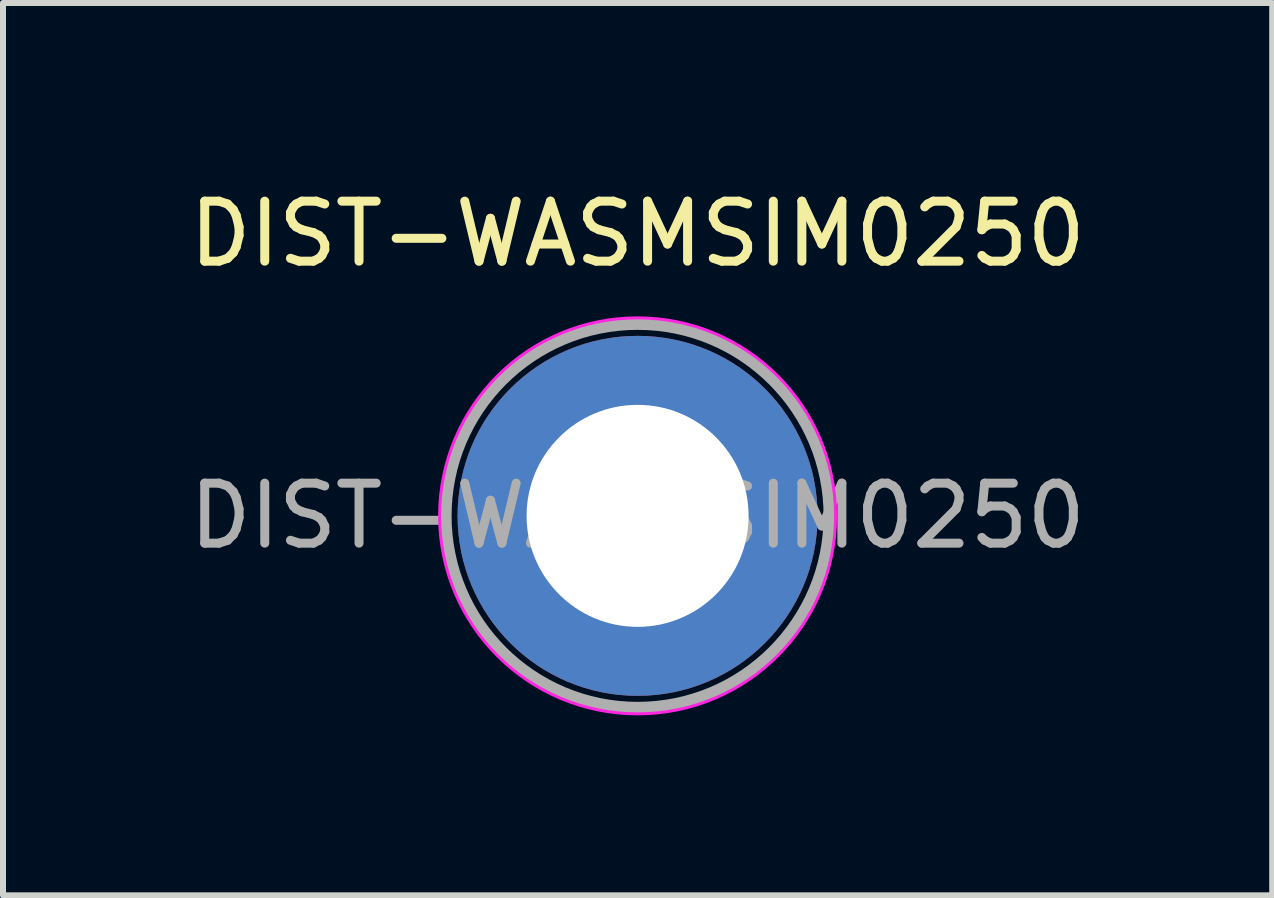
<source format=kicad_pcb>
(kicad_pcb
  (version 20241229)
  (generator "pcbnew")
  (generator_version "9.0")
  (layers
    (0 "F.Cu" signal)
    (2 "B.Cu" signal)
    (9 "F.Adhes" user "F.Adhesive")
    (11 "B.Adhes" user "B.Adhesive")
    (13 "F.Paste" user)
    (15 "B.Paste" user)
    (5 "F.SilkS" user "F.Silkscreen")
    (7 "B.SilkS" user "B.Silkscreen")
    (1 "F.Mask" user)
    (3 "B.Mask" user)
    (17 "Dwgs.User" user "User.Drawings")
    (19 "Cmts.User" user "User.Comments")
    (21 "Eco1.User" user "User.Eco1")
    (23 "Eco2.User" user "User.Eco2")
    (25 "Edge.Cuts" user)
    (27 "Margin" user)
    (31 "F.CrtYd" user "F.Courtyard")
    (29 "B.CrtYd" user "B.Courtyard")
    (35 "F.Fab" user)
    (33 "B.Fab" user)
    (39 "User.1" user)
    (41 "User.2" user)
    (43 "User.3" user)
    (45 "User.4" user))
  (footprint "DIST-WASMSIM0250"
    (layer "F.Cu")
    (at 7.577 5.548)
    (property "Reference" "DIST-WASMSIM0250" (at 0 -4.7 0) (layer "F.SilkS") (effects (font (size 1 1) (thickness 0.15))))
    (attr exclude_from_pos_files exclude_from_bom)
    (fp_poly (pts (xy -2.96 -0.14) (xy -1.91 -0.13) (xy -1.86 -0.44) (xy -1.78 -0.71) (xy -1.62 -1) (xy -1.5 -1.18) (xy -1.36 -1.33) (xy -1.16 -1.5) (xy -0.87 -1.69) (xy -0.61 -1.79) (xy -0.28 -1.86) (xy -0.29 -2.92) (xy -0.58 -2.88) (xy -0.9 -2.81) (xy -1.26 -2.67) (xy -1.56 -2.51) (xy -1.81 -2.34) (xy -2.01 -2.17) (xy -2.23 -1.94) (xy -2.39 -1.75) (xy -2.55 -1.51) (xy -2.68 -1.26) (xy -2.79 -0.99) (xy -2.87 -0.78) (xy -2.93 -0.47) (xy -2.95 -0.28)) (stroke (width 0.05) (type solid)) (fill yes) (layer "F.Paste"))
    (fp_poly (pts (xy -0.17 2.94) (xy -0.16 1.89) (xy -0.47 1.84) (xy -0.74 1.76) (xy -1.03 1.6) (xy -1.21 1.48) (xy -1.36 1.34) (xy -1.53 1.14) (xy -1.72 0.85) (xy -1.82 0.59) (xy -1.89 0.26) (xy -2.95 0.27) (xy -2.91 0.56) (xy -2.84 0.88) (xy -2.7 1.24) (xy -2.54 1.54) (xy -2.37 1.79) (xy -2.2 1.99) (xy -1.97 2.21) (xy -1.78 2.37) (xy -1.54 2.53) (xy -1.29 2.66) (xy -1.02 2.77) (xy -0.81 2.85) (xy -0.5 2.91) (xy -0.31 2.93)) (stroke (width 0.05) (type solid)) (fill yes) (layer "F.Paste"))
    (fp_poly (pts (xy 0.16 -2.95) (xy 0.15 -1.9) (xy 0.46 -1.85) (xy 0.73 -1.77) (xy 1.02 -1.61) (xy 1.2 -1.49) (xy 1.35 -1.35) (xy 1.52 -1.15) (xy 1.71 -0.86) (xy 1.81 -0.6) (xy 1.88 -0.27) (xy 2.94 -0.28) (xy 2.9 -0.57) (xy 2.83 -0.89) (xy 2.69 -1.25) (xy 2.53 -1.55) (xy 2.36 -1.8) (xy 2.19 -2) (xy 1.96 -2.22) (xy 1.77 -2.38) (xy 1.53 -2.54) (xy 1.28 -2.67) (xy 1.01 -2.78) (xy 0.8 -2.86) (xy 0.49 -2.92) (xy 0.3 -2.94)) (stroke (width 0.05) (type solid)) (fill yes) (layer "F.Paste"))
    (fp_poly (pts (xy 2.94 0.15) (xy 1.89 0.14) (xy 1.84 0.45) (xy 1.76 0.72) (xy 1.6 1.01) (xy 1.48 1.19) (xy 1.34 1.34) (xy 1.14 1.51) (xy 0.85 1.7) (xy 0.59 1.8) (xy 0.26 1.87) (xy 0.27 2.93) (xy 0.56 2.89) (xy 0.88 2.82) (xy 1.24 2.68) (xy 1.54 2.52) (xy 1.79 2.35) (xy 1.99 2.18) (xy 2.21 1.95) (xy 2.37 1.76) (xy 2.53 1.52) (xy 2.66 1.27) (xy 2.77 1) (xy 2.85 0.79) (xy 2.91 0.48) (xy 2.93 0.29)) (stroke (width 0.05) (type solid)) (fill yes) (layer "F.Paste"))
    (fp_circle (center 0 0) (end 3.3 0) (stroke (width 0.05) (type solid)) (fill no) (layer "F.CrtYd"))
    (fp_circle (center 0 0) (end 3.2 0) (stroke (width 0.2) (type default)) (fill no) (layer "F.Fab"))
    (fp_text user "${REFERENCE}" (at 0 0 0) (layer "F.Fab") (effects (font (size 1 1) (thickness 0.15))))
    (pad "1" thru_hole circle (at 0 0) (size 6 6) (drill 3.7) (layers "*.Cu" "*.Mask")))
  (gr_rect
    (start -3 -3)
    (end 18.155 11.873)
    (stroke (width 0.1) (type default))
    (fill no)
    (layer "Edge.Cuts")))
</source>
